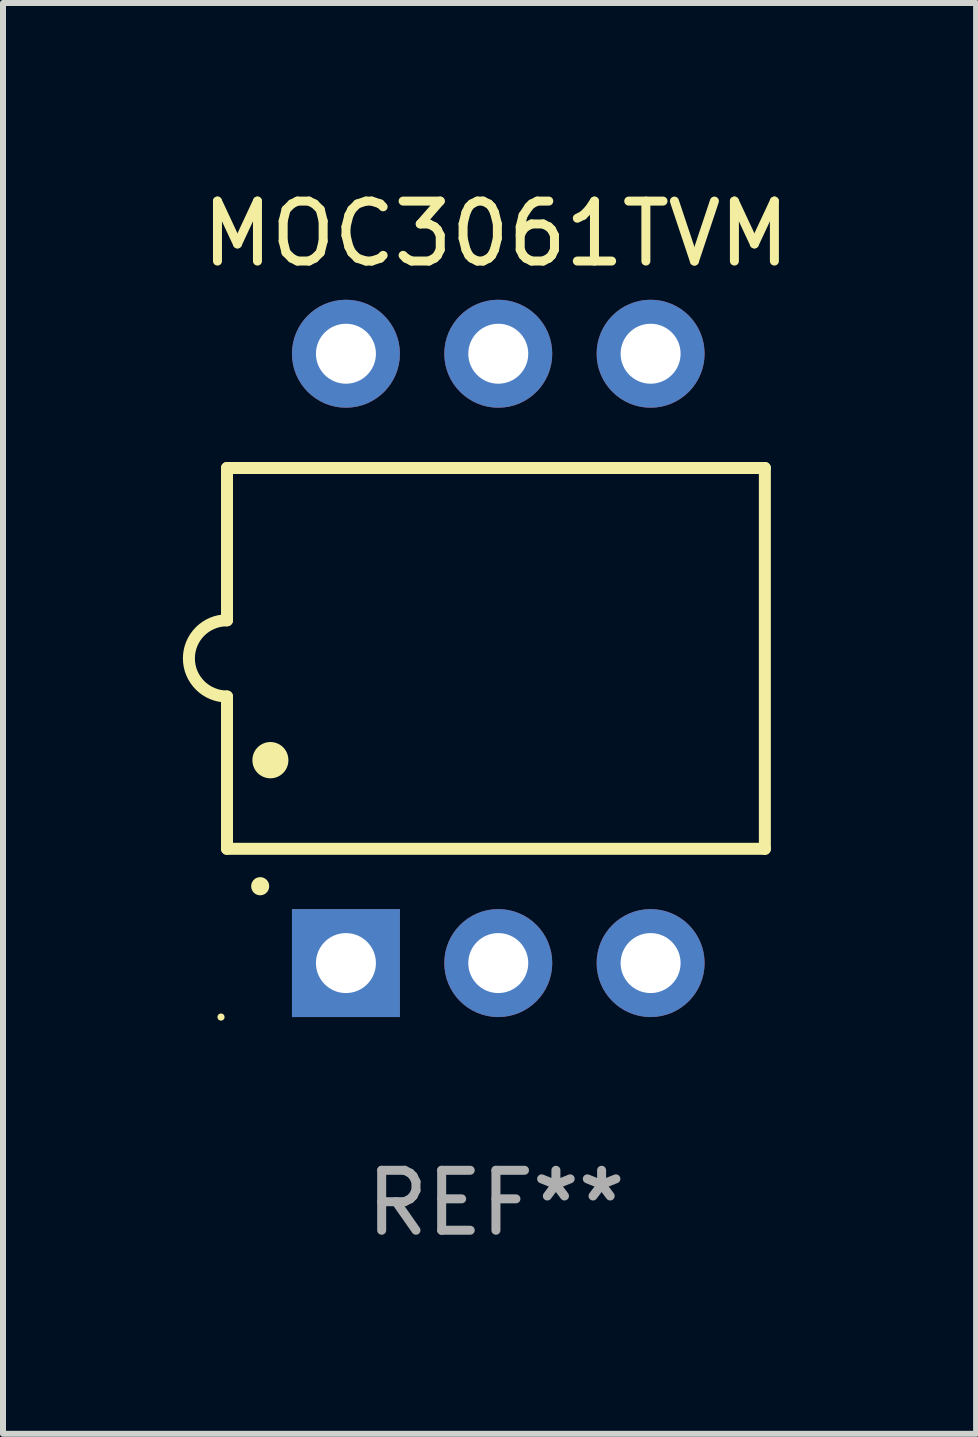
<source format=kicad_pcb>
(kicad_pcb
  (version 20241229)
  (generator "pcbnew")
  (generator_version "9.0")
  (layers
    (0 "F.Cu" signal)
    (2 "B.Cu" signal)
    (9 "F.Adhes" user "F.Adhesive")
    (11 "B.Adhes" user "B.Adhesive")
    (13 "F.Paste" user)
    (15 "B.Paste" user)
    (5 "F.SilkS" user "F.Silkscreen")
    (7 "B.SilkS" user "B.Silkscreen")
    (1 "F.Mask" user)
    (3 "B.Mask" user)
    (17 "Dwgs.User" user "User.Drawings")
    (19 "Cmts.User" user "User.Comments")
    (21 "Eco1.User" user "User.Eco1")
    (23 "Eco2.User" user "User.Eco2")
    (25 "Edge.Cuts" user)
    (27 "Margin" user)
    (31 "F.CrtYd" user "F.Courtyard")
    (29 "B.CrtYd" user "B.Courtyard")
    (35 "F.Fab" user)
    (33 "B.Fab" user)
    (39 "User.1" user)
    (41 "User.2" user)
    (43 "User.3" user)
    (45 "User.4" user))
  (footprint "MOC3061TVM"
    (layer "F.Cu")
    (at 5.219 7.928)
    (property "Reference" "MOC3061TVM" (at 0 -7.08 0) (layer "F.SilkS") (effects (font (size 1 1) (thickness 0.15))))
    (attr through_hole)
    (fp_line (start -4.484 -3.175) (end 4.484 -3.175) (stroke (width 0.2) (type solid)) (layer "F.SilkS"))
    (fp_line (start -4.484 -0.635) (end -4.484 -3.175) (stroke (width 0.2) (type solid)) (layer "F.SilkS"))
    (fp_line (start -4.484 0.635) (end -4.484 3.175) (stroke (width 0.2) (type solid)) (layer "F.SilkS"))
    (fp_line (start -4.484 3.175) (end 4.484 3.175) (stroke (width 0.2) (type solid)) (layer "F.SilkS"))
    (fp_line (start 4.484 -3.175) (end 4.484 3.175) (stroke (width 0.2) (type solid)) (layer "F.SilkS"))
    (fp_arc (start -4.484379 0.635001) (mid -5.11938 0) (end -4.484379 -0.635001) (stroke (width 0.2) (type solid)) (layer "F.SilkS"))
    (fp_arc (start -3.930658 3.799848) (mid -3.930663 3.798578) (end -3.930658 3.797308) (stroke (width 0.3) (type solid)) (layer "F.SilkS"))
    (fp_arc (start -3.760478 1.699263) (mid -3.760489 1.696723) (end -3.760478 1.694183) (stroke (width 0.6) (type solid)) (layer "F.SilkS"))
    (fp_circle (center -4.584 5.98) (end -4.554 5.98) (stroke (width 0.06) (type solid)) (fill no) (layer "F.SilkS"))
    (fp_text user "REF**" (at 0 9.08 0) (layer "F.Fab") (effects (font (size 1 1) (thickness 0.15))))
    (pad "1" thru_hole rect (at -2.501 5.08 90) (size 1.8 1.8) (drill 1) (layers "*.Cu" "*.Mask"))
    (pad "2" thru_hole circle (at 0.039 5.08) (size 1.8 1.8) (drill 1) (layers "*.Cu" "*.Mask"))
    (pad "3" thru_hole circle (at 2.579 5.08) (size 1.8 1.8) (drill 1) (layers "*.Cu" "*.Mask"))
    (pad "4" thru_hole circle (at 2.579 -5.08) (size 1.8 1.8) (drill 1) (layers "*.Cu" "*.Mask"))
    (pad "5" thru_hole circle (at 0.039 -5.08) (size 1.8 1.8) (drill 1) (layers "*.Cu" "*.Mask"))
    (pad "6" thru_hole circle (at -2.501 -5.08) (size 1.8 1.8) (drill 1) (layers "*.Cu" "*.Mask")))
  (gr_rect
    (start -3 -3)
    (end 13.225 20.857)
    (stroke (width 0.1) (type default))
    (fill no)
    (layer "Edge.Cuts")))
</source>
